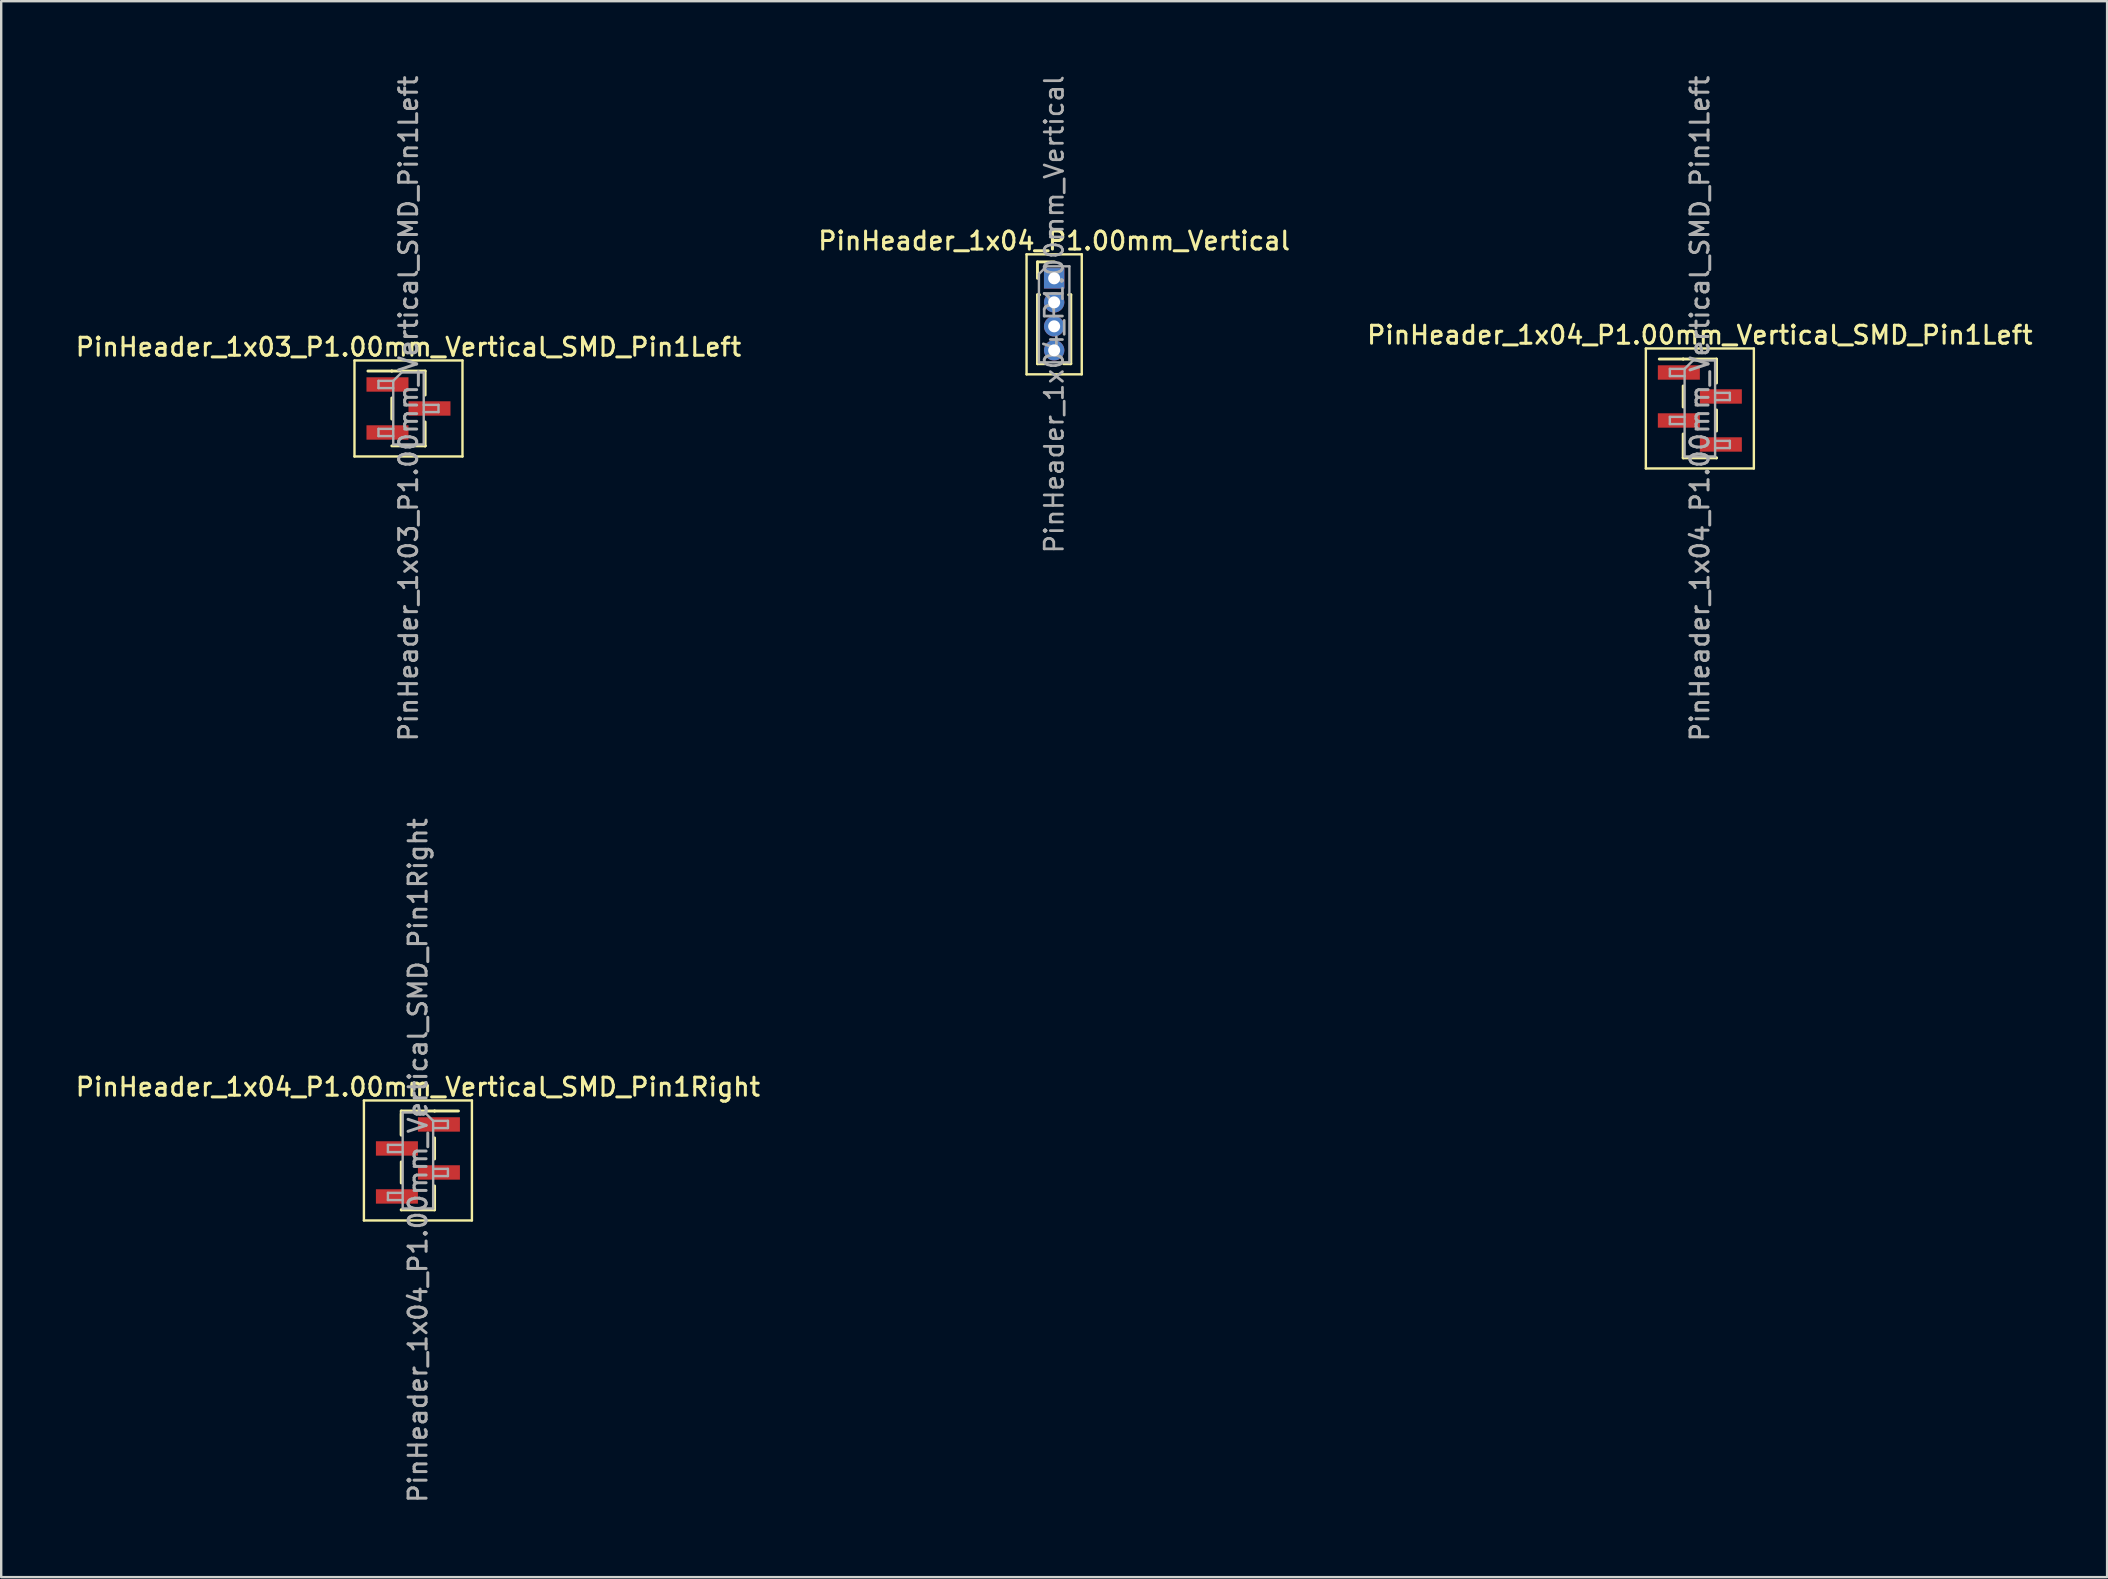
<source format=kicad_pcb>
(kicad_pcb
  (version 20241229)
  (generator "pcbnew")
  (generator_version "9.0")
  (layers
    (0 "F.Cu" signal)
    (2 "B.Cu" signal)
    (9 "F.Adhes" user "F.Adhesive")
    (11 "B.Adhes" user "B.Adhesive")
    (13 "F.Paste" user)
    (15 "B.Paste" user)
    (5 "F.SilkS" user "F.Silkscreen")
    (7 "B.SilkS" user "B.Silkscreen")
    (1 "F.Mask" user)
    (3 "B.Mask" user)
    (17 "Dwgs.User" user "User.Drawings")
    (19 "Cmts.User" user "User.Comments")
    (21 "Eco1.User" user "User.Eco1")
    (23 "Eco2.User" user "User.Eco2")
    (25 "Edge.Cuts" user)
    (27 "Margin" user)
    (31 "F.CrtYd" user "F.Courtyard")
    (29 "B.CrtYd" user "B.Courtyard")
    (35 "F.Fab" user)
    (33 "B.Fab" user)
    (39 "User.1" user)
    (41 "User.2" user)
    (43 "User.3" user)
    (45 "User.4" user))
  (footprint "PinHeader_1x04_P1.00mm_Vertical_SMD_Pin1Left"
    (layer "F.Cu")
    (at 67.777 13.97)
    (property "Reference" "PinHeader_1x04_P1.00mm_Vertical_SMD_Pin1Left" (at 0 -3.06 0) (layer "F.SilkS") (effects (font (size 0.75 0.75) (thickness 0.125))))
    (attr smd)
    (fp_line (start -2.25 -2.5) (end -2.25 2.5) (stroke (width 0.1) (type solid)) (layer "F.SilkS"))
    (fp_line (start -2.25 2.5) (end 2.25 2.5) (stroke (width 0.1) (type solid)) (layer "F.SilkS"))
    (fp_line (start -0.695 -2.06) (end -1.69 -2.06) (stroke (width 0.12) (type solid)) (layer "F.SilkS"))
    (fp_line (start -0.695 -2.06) (end -0.695 -2.06) (stroke (width 0.12) (type solid)) (layer "F.SilkS"))
    (fp_line (start -0.695 -2.06) (end 0.695 -2.06) (stroke (width 0.12) (type solid)) (layer "F.SilkS"))
    (fp_line (start -0.695 -0.94) (end -0.695 -0.06) (stroke (width 0.12) (type solid)) (layer "F.SilkS"))
    (fp_line (start -0.695 1.06) (end -0.695 2.06) (stroke (width 0.12) (type solid)) (layer "F.SilkS"))
    (fp_line (start -0.695 2.06) (end 0.695 2.06) (stroke (width 0.12) (type solid)) (layer "F.SilkS"))
    (fp_line (start 0.695 -2.06) (end 0.695 -1.06) (stroke (width 0.12) (type solid)) (layer "F.SilkS"))
    (fp_line (start 0.695 0.06) (end 0.695 0.94) (stroke (width 0.12) (type solid)) (layer "F.SilkS"))
    (fp_line (start 0.695 2.06) (end 0.695 2.06) (stroke (width 0.12) (type solid)) (layer "F.SilkS"))
    (fp_line (start 2.25 -2.5) (end -2.25 -2.5) (stroke (width 0.1) (type solid)) (layer "F.SilkS"))
    (fp_line (start 2.25 2.5) (end 2.25 -2.5) (stroke (width 0.1) (type solid)) (layer "F.SilkS"))
    (fp_line (start -1.25 -1.65) (end -1.25 -1.35) (stroke (width 0.1) (type solid)) (layer "F.Fab"))
    (fp_line (start -1.25 -1.35) (end -0.635 -1.35) (stroke (width 0.1) (type solid)) (layer "F.Fab"))
    (fp_line (start -1.25 0.35) (end -1.25 0.65) (stroke (width 0.1) (type solid)) (layer "F.Fab"))
    (fp_line (start -1.25 0.65) (end -0.635 0.65) (stroke (width 0.1) (type solid)) (layer "F.Fab"))
    (fp_line (start -0.635 -1.65) (end -1.25 -1.65) (stroke (width 0.1) (type solid)) (layer "F.Fab"))
    (fp_line (start -0.635 -1.65) (end -0.285 -2) (stroke (width 0.1) (type solid)) (layer "F.Fab"))
    (fp_line (start -0.635 0.35) (end -1.25 0.35) (stroke (width 0.1) (type solid)) (layer "F.Fab"))
    (fp_line (start -0.635 2) (end -0.635 -1.65) (stroke (width 0.1) (type solid)) (layer "F.Fab"))
    (fp_line (start -0.285 -2) (end 0.635 -2) (stroke (width 0.1) (type solid)) (layer "F.Fab"))
    (fp_line (start 0.635 -2) (end 0.635 2) (stroke (width 0.1) (type solid)) (layer "F.Fab"))
    (fp_line (start 0.635 -0.65) (end 1.25 -0.65) (stroke (width 0.1) (type solid)) (layer "F.Fab"))
    (fp_line (start 0.635 1.35) (end 1.25 1.35) (stroke (width 0.1) (type solid)) (layer "F.Fab"))
    (fp_line (start 0.635 2) (end -0.635 2) (stroke (width 0.1) (type solid)) (layer "F.Fab"))
    (fp_line (start 1.25 -0.65) (end 1.25 -0.35) (stroke (width 0.1) (type solid)) (layer "F.Fab"))
    (fp_line (start 1.25 -0.35) (end 0.635 -0.35) (stroke (width 0.1) (type solid)) (layer "F.Fab"))
    (fp_line (start 1.25 1.35) (end 1.25 1.65) (stroke (width 0.1) (type solid)) (layer "F.Fab"))
    (fp_line (start 1.25 1.65) (end 0.635 1.65) (stroke (width 0.1) (type solid)) (layer "F.Fab"))
    (fp_text user "${REFERENCE}" (at 0 0 90) (layer "F.Fab") (effects (font (size 0.75 0.75) (thickness 0.125))))
    (pad "1" smd rect (at -0.875 -1.5) (size 1.75 0.6) (layers "F.Cu" "F.Mask" "F.Paste"))
    (pad "2" smd rect (at 0.875 -0.5) (size 1.75 0.6) (layers "F.Cu" "F.Mask" "F.Paste"))
    (pad "3" smd rect (at -0.875 0.5) (size 1.75 0.6) (layers "F.Cu" "F.Mask" "F.Paste"))
    (pad "4" smd rect (at 0.875 1.5) (size 1.75 0.6) (layers "F.Cu" "F.Mask" "F.Paste")))
  (footprint "PinHeader_1x03_P1.00mm_Vertical_SMD_Pin1Left"
    (layer "F.Cu")
    (at 13.97 13.97)
    (property "Reference" "PinHeader_1x03_P1.00mm_Vertical_SMD_Pin1Left" (at 0 -2.56 0) (layer "F.SilkS") (effects (font (size 0.75 0.75) (thickness 0.125))))
    (attr smd)
    (fp_line (start -2.25 -2) (end -2.25 2) (stroke (width 0.1) (type solid)) (layer "F.SilkS"))
    (fp_line (start -2.25 2) (end 2.25 2) (stroke (width 0.1) (type solid)) (layer "F.SilkS"))
    (fp_line (start -0.695 -1.56) (end -1.69 -1.56) (stroke (width 0.12) (type solid)) (layer "F.SilkS"))
    (fp_line (start -0.695 -1.56) (end -0.695 -1.56) (stroke (width 0.12) (type solid)) (layer "F.SilkS"))
    (fp_line (start -0.695 -1.56) (end 0.695 -1.56) (stroke (width 0.12) (type solid)) (layer "F.SilkS"))
    (fp_line (start -0.695 -0.44) (end -0.695 0.44) (stroke (width 0.12) (type solid)) (layer "F.SilkS"))
    (fp_line (start -0.695 1.56) (end 0.695 1.56) (stroke (width 0.12) (type solid)) (layer "F.SilkS"))
    (fp_line (start 0.695 -1.56) (end 0.695 -0.56) (stroke (width 0.12) (type solid)) (layer "F.SilkS"))
    (fp_line (start 0.695 0.56) (end 0.695 1.56) (stroke (width 0.12) (type solid)) (layer "F.SilkS"))
    (fp_line (start 0.695 1.56) (end 0.695 1.56) (stroke (width 0.12) (type solid)) (layer "F.SilkS"))
    (fp_line (start 2.25 -2) (end -2.25 -2) (stroke (width 0.1) (type solid)) (layer "F.SilkS"))
    (fp_line (start 2.25 2) (end 2.25 -2) (stroke (width 0.1) (type solid)) (layer "F.SilkS"))
    (fp_line (start -1.25 -1.15) (end -1.25 -0.85) (stroke (width 0.1) (type solid)) (layer "F.Fab"))
    (fp_line (start -1.25 -0.85) (end -0.635 -0.85) (stroke (width 0.1) (type solid)) (layer "F.Fab"))
    (fp_line (start -1.25 0.85) (end -1.25 1.15) (stroke (width 0.1) (type solid)) (layer "F.Fab"))
    (fp_line (start -1.25 1.15) (end -0.635 1.15) (stroke (width 0.1) (type solid)) (layer "F.Fab"))
    (fp_line (start -0.635 -1.15) (end -1.25 -1.15) (stroke (width 0.1) (type solid)) (layer "F.Fab"))
    (fp_line (start -0.635 -1.15) (end -0.285 -1.5) (stroke (width 0.1) (type solid)) (layer "F.Fab"))
    (fp_line (start -0.635 0.85) (end -1.25 0.85) (stroke (width 0.1) (type solid)) (layer "F.Fab"))
    (fp_line (start -0.635 1.5) (end -0.635 -1.15) (stroke (width 0.1) (type solid)) (layer "F.Fab"))
    (fp_line (start -0.285 -1.5) (end 0.635 -1.5) (stroke (width 0.1) (type solid)) (layer "F.Fab"))
    (fp_line (start 0.635 -1.5) (end 0.635 1.5) (stroke (width 0.1) (type solid)) (layer "F.Fab"))
    (fp_line (start 0.635 -0.15) (end 1.25 -0.15) (stroke (width 0.1) (type solid)) (layer "F.Fab"))
    (fp_line (start 0.635 1.5) (end -0.635 1.5) (stroke (width 0.1) (type solid)) (layer "F.Fab"))
    (fp_line (start 1.25 -0.15) (end 1.25 0.15) (stroke (width 0.1) (type solid)) (layer "F.Fab"))
    (fp_line (start 1.25 0.15) (end 0.635 0.15) (stroke (width 0.1) (type solid)) (layer "F.Fab"))
    (fp_text user "${REFERENCE}" (at 0 0 90) (layer "F.Fab") (effects (font (size 0.75 0.75) (thickness 0.125))))
    (pad "1" smd rect (at -0.875 -1) (size 1.75 0.6) (layers "F.Cu" "F.Mask" "F.Paste"))
    (pad "2" smd rect (at 0.875 0) (size 1.75 0.6) (layers "F.Cu" "F.Mask" "F.Paste"))
    (pad "3" smd rect (at -0.875 1) (size 1.75 0.6) (layers "F.Cu" "F.Mask" "F.Paste")))
  (footprint "PinHeader_1x04_P1.00mm_Vertical_SMD_Pin1Right"
    (layer "F.Cu")
    (at 14.363 45.302)
    (property "Reference" "PinHeader_1x04_P1.00mm_Vertical_SMD_Pin1Right" (at 0 -3.06 0) (layer "F.SilkS") (effects (font (size 0.75 0.75) (thickness 0.125))))
    (attr smd)
    (fp_line (start -2.25 -2.5) (end -2.25 2.5) (stroke (width 0.1) (type solid)) (layer "F.SilkS"))
    (fp_line (start -2.25 2.5) (end 2.25 2.5) (stroke (width 0.1) (type solid)) (layer "F.SilkS"))
    (fp_line (start -0.695 -2.06) (end -0.695 -1.06) (stroke (width 0.12) (type solid)) (layer "F.SilkS"))
    (fp_line (start -0.695 -2.06) (end 0.695 -2.06) (stroke (width 0.12) (type solid)) (layer "F.SilkS"))
    (fp_line (start -0.695 -1.94) (end -0.695 -1.06) (stroke (width 0.12) (type solid)) (layer "F.SilkS"))
    (fp_line (start -0.695 0.06) (end -0.695 0.94) (stroke (width 0.12) (type solid)) (layer "F.SilkS"))
    (fp_line (start -0.695 2.06) (end -0.695 2.06) (stroke (width 0.12) (type solid)) (layer "F.SilkS"))
    (fp_line (start -0.695 2.06) (end 0.695 2.06) (stroke (width 0.12) (type solid)) (layer "F.SilkS"))
    (fp_line (start 0.695 -2.06) (end 0.695 -2.06) (stroke (width 0.12) (type solid)) (layer "F.SilkS"))
    (fp_line (start 0.695 -2.06) (end 1.69 -2.06) (stroke (width 0.12) (type solid)) (layer "F.SilkS"))
    (fp_line (start 0.695 -0.94) (end 0.695 -0.06) (stroke (width 0.12) (type solid)) (layer "F.SilkS"))
    (fp_line (start 0.695 1.06) (end 0.695 2.06) (stroke (width 0.12) (type solid)) (layer "F.SilkS"))
    (fp_line (start 2.25 -2.5) (end -2.25 -2.5) (stroke (width 0.1) (type solid)) (layer "F.SilkS"))
    (fp_line (start 2.25 2.5) (end 2.25 -2.5) (stroke (width 0.1) (type solid)) (layer "F.SilkS"))
    (fp_line (start -1.25 -0.65) (end -1.25 -0.35) (stroke (width 0.1) (type solid)) (layer "F.Fab"))
    (fp_line (start -1.25 -0.35) (end -0.635 -0.35) (stroke (width 0.1) (type solid)) (layer "F.Fab"))
    (fp_line (start -1.25 1.35) (end -1.25 1.65) (stroke (width 0.1) (type solid)) (layer "F.Fab"))
    (fp_line (start -1.25 1.65) (end -0.635 1.65) (stroke (width 0.1) (type solid)) (layer "F.Fab"))
    (fp_line (start -0.635 -2) (end -0.635 2) (stroke (width 0.1) (type solid)) (layer "F.Fab"))
    (fp_line (start -0.635 -2) (end 0.285 -2) (stroke (width 0.1) (type solid)) (layer "F.Fab"))
    (fp_line (start -0.635 -0.65) (end -1.25 -0.65) (stroke (width 0.1) (type solid)) (layer "F.Fab"))
    (fp_line (start -0.635 1.35) (end -1.25 1.35) (stroke (width 0.1) (type solid)) (layer "F.Fab"))
    (fp_line (start 0.635 -1.65) (end 0.285 -2) (stroke (width 0.1) (type solid)) (layer "F.Fab"))
    (fp_line (start 0.635 -1.65) (end 1.25 -1.65) (stroke (width 0.1) (type solid)) (layer "F.Fab"))
    (fp_line (start 0.635 0.35) (end 1.25 0.35) (stroke (width 0.1) (type solid)) (layer "F.Fab"))
    (fp_line (start 0.635 2) (end -0.635 2) (stroke (width 0.1) (type solid)) (layer "F.Fab"))
    (fp_line (start 0.635 2) (end 0.635 -1.65) (stroke (width 0.1) (type solid)) (layer "F.Fab"))
    (fp_line (start 1.25 -1.65) (end 1.25 -1.35) (stroke (width 0.1) (type solid)) (layer "F.Fab"))
    (fp_line (start 1.25 -1.35) (end 0.635 -1.35) (stroke (width 0.1) (type solid)) (layer "F.Fab"))
    (fp_line (start 1.25 0.35) (end 1.25 0.65) (stroke (width 0.1) (type solid)) (layer "F.Fab"))
    (fp_line (start 1.25 0.65) (end 0.635 0.65) (stroke (width 0.1) (type solid)) (layer "F.Fab"))
    (fp_text user "${REFERENCE}" (at 0 0 90) (layer "F.Fab") (effects (font (size 0.75 0.75) (thickness 0.125))))
    (pad "1" smd rect (at 0.875 -1.5) (size 1.75 0.6) (layers "F.Cu" "F.Mask" "F.Paste"))
    (pad "2" smd rect (at -0.875 -0.5) (size 1.75 0.6) (layers "F.Cu" "F.Mask" "F.Paste"))
    (pad "3" smd rect (at 0.875 0.5) (size 1.75 0.6) (layers "F.Cu" "F.Mask" "F.Paste"))
    (pad "4" smd rect (at -0.875 1.5) (size 1.75 0.6) (layers "F.Cu" "F.Mask" "F.Paste")))
  (footprint "PinHeader_1x04_P1.00mm_Vertical"
    (layer "F.Cu")
    (at 40.873 8.547)
    (property "Reference" "PinHeader_1x04_P1.00mm_Vertical" (at 0 -1.56 0) (layer "F.SilkS") (effects (font (size 0.75 0.75) (thickness 0.125))))
    (attr through_hole)
    (fp_line (start -1.15 -1) (end -1.15 4) (stroke (width 0.1) (type solid)) (layer "F.SilkS"))
    (fp_line (start -1.15 4) (end 1.15 4) (stroke (width 0.1) (type solid)) (layer "F.SilkS"))
    (fp_line (start -0.695 -0.685) (end 0 -0.685) (stroke (width 0.12) (type solid)) (layer "F.SilkS"))
    (fp_line (start -0.695 0) (end -0.695 -0.685) (stroke (width 0.12) (type solid)) (layer "F.SilkS"))
    (fp_line (start -0.695 0.685) (end -0.695 3.56) (stroke (width 0.12) (type solid)) (layer "F.SilkS"))
    (fp_line (start -0.695 0.685) (end -0.608 0.685) (stroke (width 0.12) (type solid)) (layer "F.SilkS"))
    (fp_line (start -0.695 3.56) (end -0.394 3.56) (stroke (width 0.12) (type solid)) (layer "F.SilkS"))
    (fp_line (start 0.394 3.56) (end 0.695 3.56) (stroke (width 0.12) (type solid)) (layer "F.SilkS"))
    (fp_line (start 0.608 0.685) (end 0.695 0.685) (stroke (width 0.12) (type solid)) (layer "F.SilkS"))
    (fp_line (start 0.695 0.685) (end 0.695 3.56) (stroke (width 0.12) (type solid)) (layer "F.SilkS"))
    (fp_line (start 1.15 -1) (end -1.15 -1) (stroke (width 0.1) (type solid)) (layer "F.SilkS"))
    (fp_line (start 1.15 4) (end 1.15 -1) (stroke (width 0.1) (type solid)) (layer "F.SilkS"))
    (fp_line (start -0.635 -0.182) (end -0.318 -0.5) (stroke (width 0.1) (type solid)) (layer "F.Fab"))
    (fp_line (start -0.635 3.5) (end -0.635 -0.182) (stroke (width 0.1) (type solid)) (layer "F.Fab"))
    (fp_line (start -0.318 -0.5) (end 0.635 -0.5) (stroke (width 0.1) (type solid)) (layer "F.Fab"))
    (fp_line (start 0.635 -0.5) (end 0.635 3.5) (stroke (width 0.1) (type solid)) (layer "F.Fab"))
    (fp_line (start 0.635 3.5) (end -0.635 3.5) (stroke (width 0.1) (type solid)) (layer "F.Fab"))
    (fp_text user "${REFERENCE}" (at 0 1.5 90) (layer "F.Fab") (effects (font (size 0.76 0.76) (thickness 0.114))))
    (pad "1" thru_hole rect (at 0 0) (size 0.85 0.85) (drill 0.5) (layers "*.Cu" "*.Mask"))
    (pad "2" thru_hole oval (at 0 1) (size 0.85 0.85) (drill 0.5) (layers "*.Cu" "*.Mask"))
    (pad "3" thru_hole oval (at 0 2) (size 0.85 0.85) (drill 0.5) (layers "*.Cu" "*.Mask"))
    (pad "4" thru_hole oval (at 0 3) (size 0.85 0.85) (drill 0.5) (layers "*.Cu" "*.Mask")))
  (gr_rect
    (start -3 -3)
    (end 84.746 62.664)
    (stroke (width 0.1) (type default))
    (fill no)
    (layer "Edge.Cuts")))
</source>
